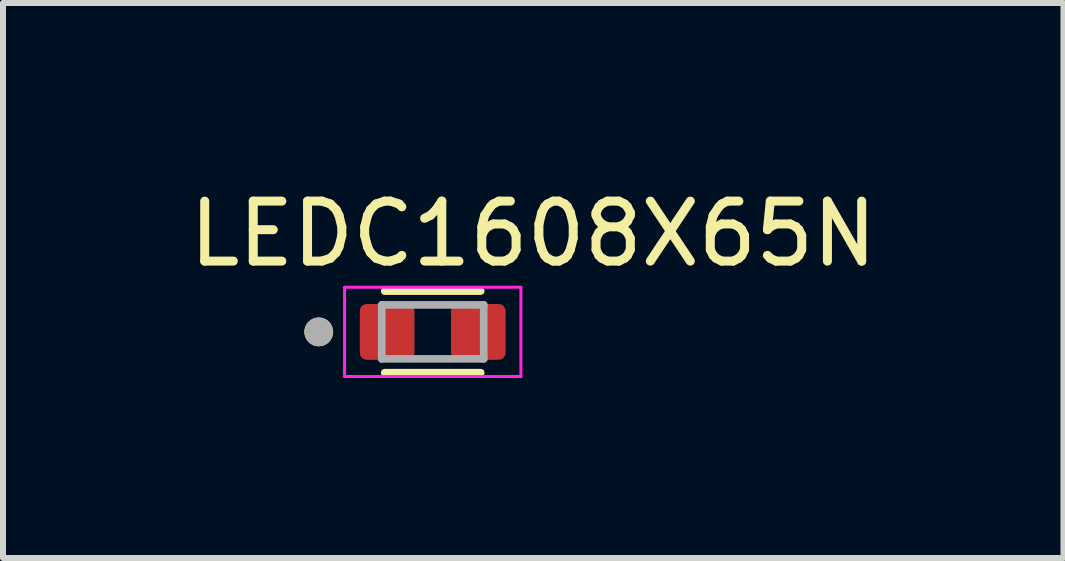
<source format=kicad_pcb>
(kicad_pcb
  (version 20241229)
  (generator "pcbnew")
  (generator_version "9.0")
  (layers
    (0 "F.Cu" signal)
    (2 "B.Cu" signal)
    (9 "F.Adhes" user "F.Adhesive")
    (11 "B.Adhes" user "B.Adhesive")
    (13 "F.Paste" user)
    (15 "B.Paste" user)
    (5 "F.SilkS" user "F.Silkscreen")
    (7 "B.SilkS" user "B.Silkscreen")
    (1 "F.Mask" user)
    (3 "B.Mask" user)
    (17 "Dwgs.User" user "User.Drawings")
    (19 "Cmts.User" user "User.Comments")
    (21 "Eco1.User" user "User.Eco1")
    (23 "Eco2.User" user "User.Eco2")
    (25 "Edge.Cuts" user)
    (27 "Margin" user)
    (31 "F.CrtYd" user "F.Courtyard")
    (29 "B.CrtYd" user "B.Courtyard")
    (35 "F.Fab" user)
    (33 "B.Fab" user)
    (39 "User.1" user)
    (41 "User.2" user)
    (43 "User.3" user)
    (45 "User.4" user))
  (footprint "LEDC1608X65N"
    (layer "F.Cu")
    (at 4.164 2.483)
    (property "Reference" "LEDC1608X65N" (at 1.675 -1.635 0) (layer "F.SilkS") (effects (font (size 1 1) (thickness 0.15))))
    (attr smd)
    (fp_line (start -0.8 -0.68) (end 0.8 -0.68) (stroke (width 0.127) (type solid)) (layer "F.SilkS"))
    (fp_line (start -0.8 0.68) (end 0.8 0.68) (stroke (width 0.127) (type solid)) (layer "F.SilkS"))
    (fp_circle (center -1.9 0) (end -1.78 0) (stroke (width 0.24) (type solid)) (fill no) (layer "F.SilkS"))
    (fp_line (start -1.47 -0.744) (end 1.47 -0.744) (stroke (width 0.05) (type solid)) (layer "F.CrtYd"))
    (fp_line (start -1.47 0.744) (end -1.47 -0.744) (stroke (width 0.05) (type solid)) (layer "F.CrtYd"))
    (fp_line (start 1.47 -0.744) (end 1.47 0.744) (stroke (width 0.05) (type solid)) (layer "F.CrtYd"))
    (fp_line (start 1.47 0.744) (end -1.47 0.744) (stroke (width 0.05) (type solid)) (layer "F.CrtYd"))
    (fp_line (start -0.85 -0.45) (end -0.85 0.45) (stroke (width 0.127) (type solid)) (layer "F.Fab"))
    (fp_line (start -0.85 -0.45) (end 0.85 -0.45) (stroke (width 0.127) (type solid)) (layer "F.Fab"))
    (fp_line (start -0.85 0.45) (end 0.85 0.45) (stroke (width 0.127) (type solid)) (layer "F.Fab"))
    (fp_line (start 0.85 -0.45) (end 0.85 0.45) (stroke (width 0.127) (type solid)) (layer "F.Fab"))
    (fp_circle (center -1.9 0) (end -1.78 0) (stroke (width 0.24) (type solid)) (fill no) (layer "F.Fab"))
    (pad "A" smd roundrect (at 0.76 0) (size 0.91 0.93) (layers "F.Cu" "F.Mask" "F.Paste") (roundrect_rratio 0.125))
    (pad "C" smd roundrect (at -0.76 0) (size 0.91 0.93) (layers "F.Cu" "F.Mask" "F.Paste") (roundrect_rratio 0.125)))
  (gr_rect
    (start -3 -3)
    (end 14.679 6.252)
    (stroke (width 0.1) (type default))
    (fill no)
    (layer "Edge.Cuts")))
</source>
